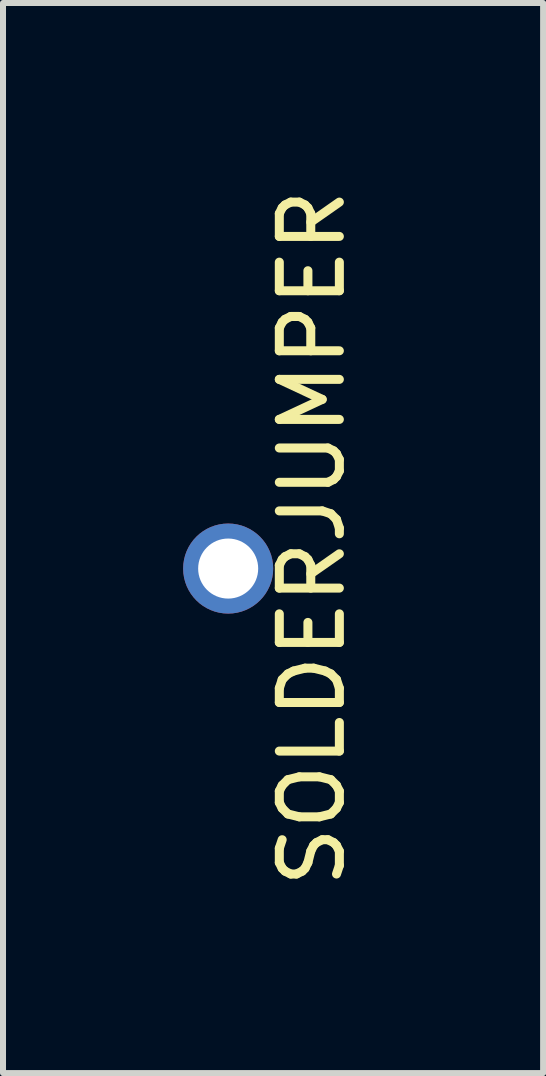
<source format=kicad_pcb>
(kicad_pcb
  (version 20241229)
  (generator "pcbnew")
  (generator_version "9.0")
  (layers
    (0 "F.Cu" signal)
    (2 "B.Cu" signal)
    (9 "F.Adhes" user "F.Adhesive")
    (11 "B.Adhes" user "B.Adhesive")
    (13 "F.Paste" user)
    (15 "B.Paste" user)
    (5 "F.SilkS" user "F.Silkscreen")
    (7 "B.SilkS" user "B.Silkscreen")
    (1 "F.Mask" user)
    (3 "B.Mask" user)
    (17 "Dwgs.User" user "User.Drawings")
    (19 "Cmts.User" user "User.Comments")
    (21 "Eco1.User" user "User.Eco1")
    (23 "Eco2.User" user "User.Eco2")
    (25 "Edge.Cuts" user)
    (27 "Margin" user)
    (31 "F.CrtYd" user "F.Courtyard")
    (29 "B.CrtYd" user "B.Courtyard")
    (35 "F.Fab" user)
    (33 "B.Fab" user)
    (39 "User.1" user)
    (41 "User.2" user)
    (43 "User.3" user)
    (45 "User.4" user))
  (footprint "SOLDERJUMPER"
    (layer "F.Cu")
    (at 2.02 6.419)
    (property "Reference" "SOLDERJUMPER" (at 0.127 -0.508 90) (layer "F.SilkS") (effects (font (size 1 1) (thickness 0.15))))
    (attr through_hole)
    (pad "1" thru_hole oval (at -1.27 0) (size 1.5 1.5) (drill 1) (layers "*.Cu" "*.Mask")))
  (gr_rect
    (start -3 -3)
    (end 5.995 14.821)
    (stroke (width 0.1) (type default))
    (fill no)
    (layer "Edge.Cuts")))
</source>
